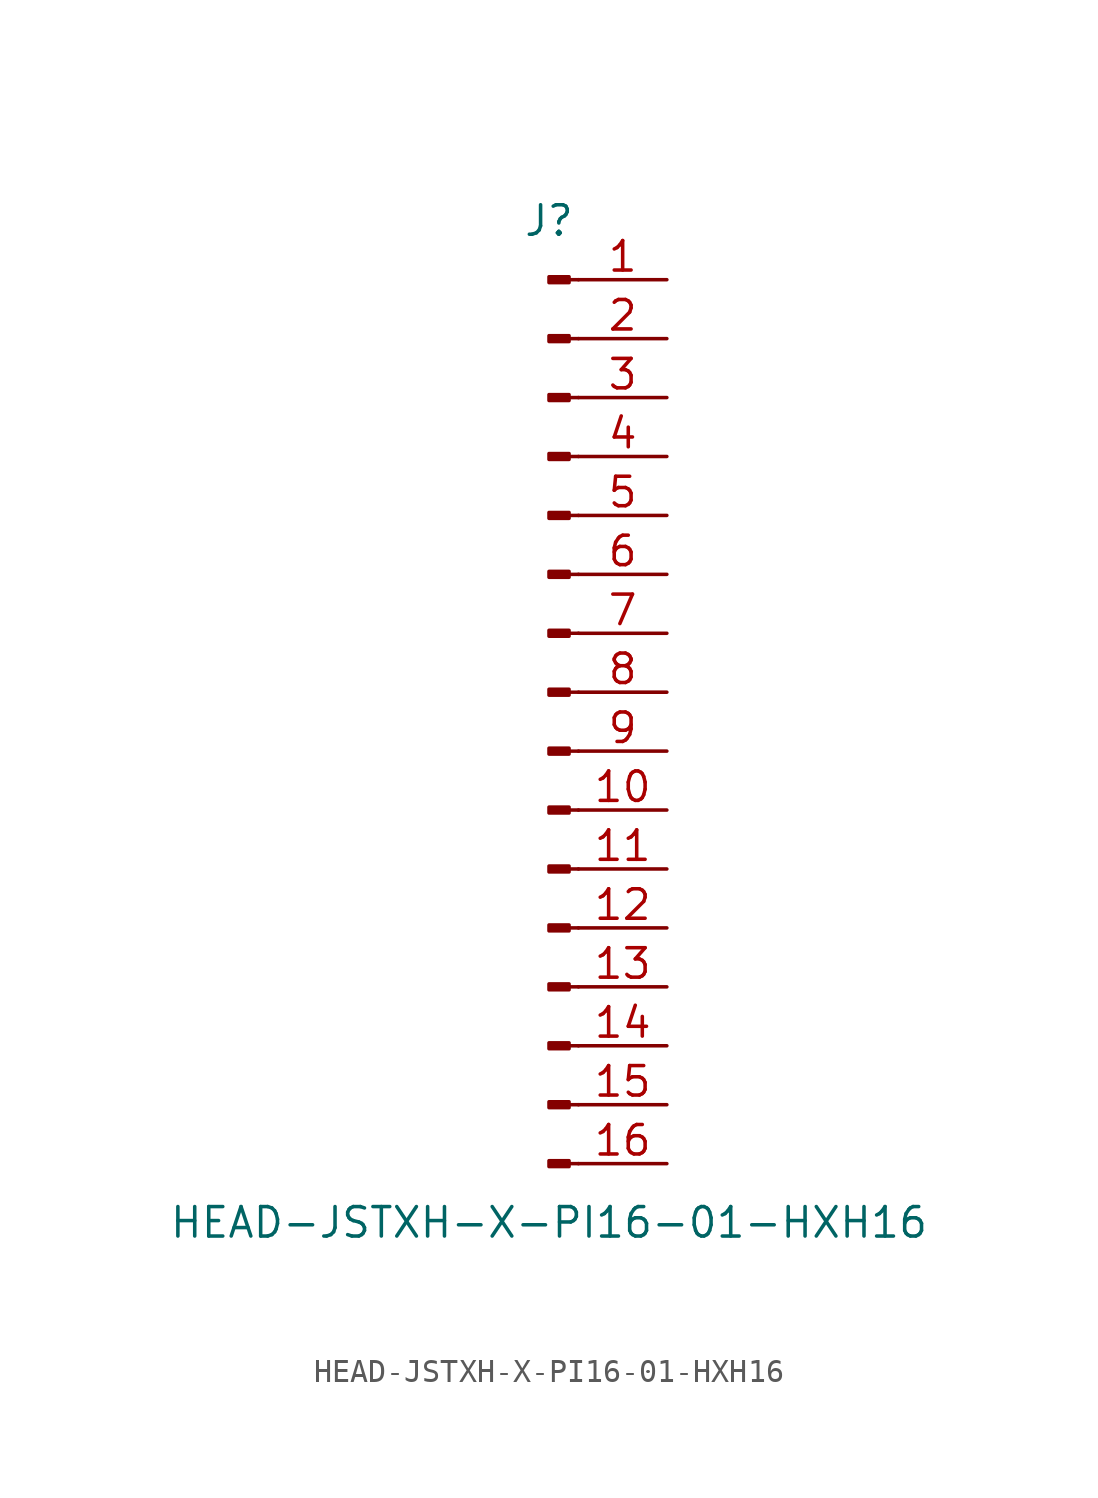
<source format=kicad_sym>
(kicad_symbol_lib
  (version 20211014)
  (generator kicad_symbol_editor)
  (symbol "HEAD-JSTXH-X-PI16-01-HXH16"
    (pin_names
      (offset 1.016) hide)
    (property "Reference" "J"
      (at 0 20.32 0)
      (effects (font (size 1.27 1.27))))
    (property "Value" "HEAD-JSTXH-X-PI16-01-HXH16"
      (at 0 -22.86 0)
      (effects (font (size 1.27 1.27))))
    (symbol "HEAD-JSTXH-X-PI16-01-HXH16_1_1"
      (polyline (pts (xy 1.27 -20.32) (xy 0.864 -20.32)) (stroke (width 0.152) (type default) (color 0 0 0 0)) (fill (type none)))
      (polyline (pts (xy 1.27 -17.78) (xy 0.864 -17.78)) (stroke (width 0.152) (type default) (color 0 0 0 0)) (fill (type none)))
      (polyline (pts (xy 1.27 -15.24) (xy 0.864 -15.24)) (stroke (width 0.152) (type default) (color 0 0 0 0)) (fill (type none)))
      (polyline (pts (xy 1.27 -12.7) (xy 0.864 -12.7)) (stroke (width 0.152) (type default) (color 0 0 0 0)) (fill (type none)))
      (polyline (pts (xy 1.27 -10.16) (xy 0.864 -10.16)) (stroke (width 0.152) (type default) (color 0 0 0 0)) (fill (type none)))
      (polyline (pts (xy 1.27 -7.62) (xy 0.864 -7.62)) (stroke (width 0.152) (type default) (color 0 0 0 0)) (fill (type none)))
      (polyline (pts (xy 1.27 -5.08) (xy 0.864 -5.08)) (stroke (width 0.152) (type default) (color 0 0 0 0)) (fill (type none)))
      (polyline (pts (xy 1.27 -2.54) (xy 0.864 -2.54)) (stroke (width 0.152) (type default) (color 0 0 0 0)) (fill (type none)))
      (polyline (pts (xy 1.27 0) (xy 0.864 0)) (stroke (width 0.152) (type default) (color 0 0 0 0)) (fill (type none)))
      (polyline (pts (xy 1.27 2.54) (xy 0.864 2.54)) (stroke (width 0.152) (type default) (color 0 0 0 0)) (fill (type none)))
      (polyline (pts (xy 1.27 5.08) (xy 0.864 5.08)) (stroke (width 0.152) (type default) (color 0 0 0 0)) (fill (type none)))
      (polyline (pts (xy 1.27 7.62) (xy 0.864 7.62)) (stroke (width 0.152) (type default) (color 0 0 0 0)) (fill (type none)))
      (polyline (pts (xy 1.27 10.16) (xy 0.864 10.16)) (stroke (width 0.152) (type default) (color 0 0 0 0)) (fill (type none)))
      (polyline (pts (xy 1.27 12.7) (xy 0.864 12.7)) (stroke (width 0.152) (type default) (color 0 0 0 0)) (fill (type none)))
      (polyline (pts (xy 1.27 15.24) (xy 0.864 15.24)) (stroke (width 0.152) (type default) (color 0 0 0 0)) (fill (type none)))
      (polyline (pts (xy 1.27 17.78) (xy 0.864 17.78)) (stroke (width 0.152) (type default) (color 0 0 0 0)) (fill (type none)))
      (rectangle (start 0.864 -20.193) (end 0 -20.447) (stroke (width 0.152) (type default) (color 0 0 0 0)) (fill (type outline)))
      (rectangle (start 0.864 -17.653) (end 0 -17.907) (stroke (width 0.152) (type default) (color 0 0 0 0)) (fill (type outline)))
      (rectangle (start 0.864 -15.113) (end 0 -15.367) (stroke (width 0.152) (type default) (color 0 0 0 0)) (fill (type outline)))
      (rectangle (start 0.864 -12.573) (end 0 -12.827) (stroke (width 0.152) (type default) (color 0 0 0 0)) (fill (type outline)))
      (rectangle (start 0.864 -10.033) (end 0 -10.287) (stroke (width 0.152) (type default) (color 0 0 0 0)) (fill (type outline)))
      (rectangle (start 0.864 -7.493) (end 0 -7.747) (stroke (width 0.152) (type default) (color 0 0 0 0)) (fill (type outline)))
      (rectangle (start 0.864 -4.953) (end 0 -5.207) (stroke (width 0.152) (type default) (color 0 0 0 0)) (fill (type outline)))
      (rectangle (start 0.864 -2.413) (end 0 -2.667) (stroke (width 0.152) (type default) (color 0 0 0 0)) (fill (type outline)))
      (rectangle (start 0.864 0.127) (end 0 -0.127) (stroke (width 0.152) (type default) (color 0 0 0 0)) (fill (type outline)))
      (rectangle (start 0.864 2.667) (end 0 2.413) (stroke (width 0.152) (type default) (color 0 0 0 0)) (fill (type outline)))
      (rectangle (start 0.864 5.207) (end 0 4.953) (stroke (width 0.152) (type default) (color 0 0 0 0)) (fill (type outline)))
      (rectangle (start 0.864 7.747) (end 0 7.493) (stroke (width 0.152) (type default) (color 0 0 0 0)) (fill (type outline)))
      (rectangle (start 0.864 10.287) (end 0 10.033) (stroke (width 0.152) (type default) (color 0 0 0 0)) (fill (type outline)))
      (rectangle (start 0.864 12.827) (end 0 12.573) (stroke (width 0.152) (type default) (color 0 0 0 0)) (fill (type outline)))
      (rectangle (start 0.864 15.367) (end 0 15.113) (stroke (width 0.152) (type default) (color 0 0 0 0)) (fill (type outline)))
      (rectangle (start 0.864 17.907) (end 0 17.653) (stroke (width 0.152) (type default) (color 0 0 0 0)) (fill (type outline)))
      (pin passive line (at 5.08 17.78 180) (length 3.81) (name "Pin_1" (effects (font (size 1.27 1.27)))) (number "1" (effects (font (size 1.27 1.27)))))
      (pin passive line (at 5.08 -5.08 180) (length 3.81) (name "Pin_10" (effects (font (size 1.27 1.27)))) (number "10" (effects (font (size 1.27 1.27)))))
      (pin passive line (at 5.08 -7.62 180) (length 3.81) (name "Pin_11" (effects (font (size 1.27 1.27)))) (number "11" (effects (font (size 1.27 1.27)))))
      (pin passive line (at 5.08 -10.16 180) (length 3.81) (name "Pin_12" (effects (font (size 1.27 1.27)))) (number "12" (effects (font (size 1.27 1.27)))))
      (pin passive line (at 5.08 -12.7 180) (length 3.81) (name "Pin_13" (effects (font (size 1.27 1.27)))) (number "13" (effects (font (size 1.27 1.27)))))
      (pin passive line (at 5.08 -15.24 180) (length 3.81) (name "Pin_14" (effects (font (size 1.27 1.27)))) (number "14" (effects (font (size 1.27 1.27)))))
      (pin passive line (at 5.08 -17.78 180) (length 3.81) (name "Pin_15" (effects (font (size 1.27 1.27)))) (number "15" (effects (font (size 1.27 1.27)))))
      (pin passive line (at 5.08 -20.32 180) (length 3.81) (name "Pin_16" (effects (font (size 1.27 1.27)))) (number "16" (effects (font (size 1.27 1.27)))))
      (pin passive line (at 5.08 15.24 180) (length 3.81) (name "Pin_2" (effects (font (size 1.27 1.27)))) (number "2" (effects (font (size 1.27 1.27)))))
      (pin passive line (at 5.08 12.7 180) (length 3.81) (name "Pin_3" (effects (font (size 1.27 1.27)))) (number "3" (effects (font (size 1.27 1.27)))))
      (pin passive line (at 5.08 10.16 180) (length 3.81) (name "Pin_4" (effects (font (size 1.27 1.27)))) (number "4" (effects (font (size 1.27 1.27)))))
      (pin passive line (at 5.08 7.62 180) (length 3.81) (name "Pin_5" (effects (font (size 1.27 1.27)))) (number "5" (effects (font (size 1.27 1.27)))))
      (pin passive line (at 5.08 5.08 180) (length 3.81) (name "Pin_6" (effects (font (size 1.27 1.27)))) (number "6" (effects (font (size 1.27 1.27)))))
      (pin passive line (at 5.08 2.54 180) (length 3.81) (name "Pin_7" (effects (font (size 1.27 1.27)))) (number "7" (effects (font (size 1.27 1.27)))))
      (pin passive line (at 5.08 0 180) (length 3.81) (name "Pin_8" (effects (font (size 1.27 1.27)))) (number "8" (effects (font (size 1.27 1.27)))))
      (pin passive line (at 5.08 -2.54 180) (length 3.81) (name "Pin_9" (effects (font (size 1.27 1.27)))) (number "9" (effects (font (size 1.27 1.27))))))))
</source>
